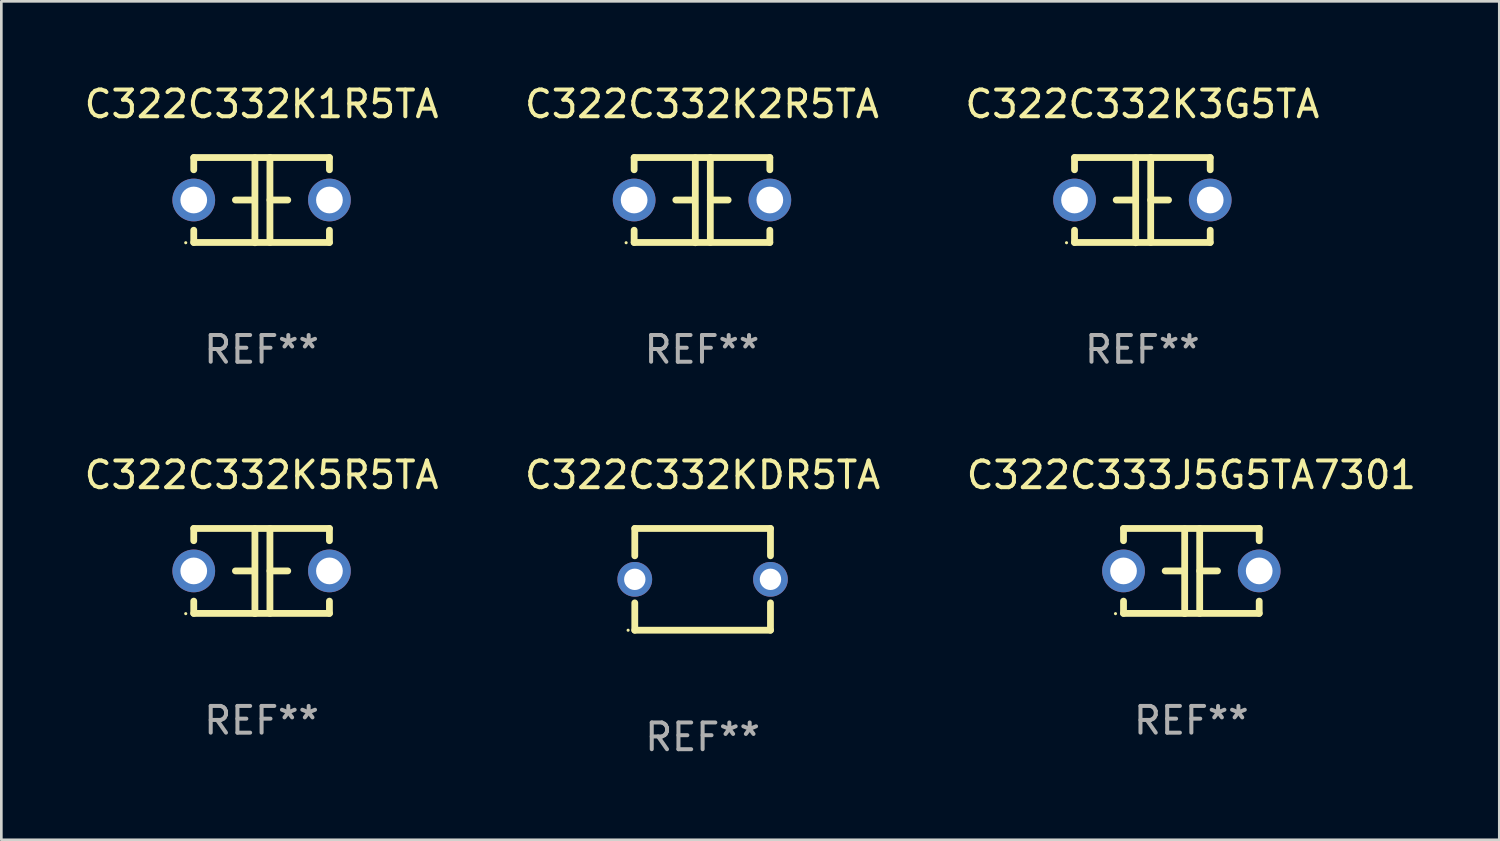
<source format=kicad_pcb>
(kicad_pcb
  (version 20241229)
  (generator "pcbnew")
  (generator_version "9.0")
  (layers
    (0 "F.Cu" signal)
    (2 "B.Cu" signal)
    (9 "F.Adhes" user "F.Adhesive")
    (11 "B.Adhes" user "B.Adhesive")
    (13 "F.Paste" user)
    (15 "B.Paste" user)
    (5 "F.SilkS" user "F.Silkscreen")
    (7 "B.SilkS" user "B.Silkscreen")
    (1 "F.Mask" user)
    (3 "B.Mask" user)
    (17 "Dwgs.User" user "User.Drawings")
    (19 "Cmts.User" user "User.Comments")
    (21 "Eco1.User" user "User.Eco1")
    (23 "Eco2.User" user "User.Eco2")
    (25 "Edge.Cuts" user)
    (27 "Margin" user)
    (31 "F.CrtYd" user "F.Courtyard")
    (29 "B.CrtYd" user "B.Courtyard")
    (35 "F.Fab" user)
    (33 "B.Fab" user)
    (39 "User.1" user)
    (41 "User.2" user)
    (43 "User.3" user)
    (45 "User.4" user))
  (footprint "C322C332K2R5TA"
    (layer "F.Cu")
    (at 23.232 4.443)
    (property "Reference" "C322C332K2R5TA" (at 0 -3.595 0) (layer "F.SilkS") (effects (font (size 1 1) (thickness 0.15))))
    (attr through_hole)
    (fp_line (start -2.54 -1.595) (end -2.54 -1.136) (stroke (width 0.254) (type solid)) (layer "F.SilkS"))
    (fp_line (start -2.54 -1.595) (end 2.54 -1.595) (stroke (width 0.254) (type solid)) (layer "F.SilkS"))
    (fp_line (start -2.54 1.126) (end -2.54 1.585) (stroke (width 0.254) (type solid)) (layer "F.SilkS"))
    (fp_line (start -0.312 -0.005) (end -0.98 -0.005) (stroke (width 0.254) (type solid)) (layer "F.SilkS"))
    (fp_line (start -0.25 -1.585) (end -0.25 1.595) (stroke (width 0.254) (type solid)) (layer "F.SilkS"))
    (fp_line (start 0.312 -1.595) (end 0.312 1.585) (stroke (width 0.254) (type solid)) (layer "F.SilkS"))
    (fp_line (start 0.312 -0.005) (end 0.98 -0.005) (stroke (width 0.254) (type solid)) (layer "F.SilkS"))
    (fp_line (start 2.54 -1.595) (end 2.54 -1.136) (stroke (width 0.254) (type solid)) (layer "F.SilkS"))
    (fp_line (start 2.54 1.126) (end 2.54 1.585) (stroke (width 0.254) (type solid)) (layer "F.SilkS"))
    (fp_line (start 2.54 1.585) (end -2.54 1.585) (stroke (width 0.254) (type solid)) (layer "F.SilkS"))
    (fp_circle (center -2.84 1.595) (end -2.81 1.595) (stroke (width 0.06) (type solid)) (fill no) (layer "F.SilkS"))
    (fp_text user "REF**" (at 0 5.595 0) (layer "F.Fab") (effects (font (size 1 1) (thickness 0.15))))
    (pad "1" thru_hole circle (at -2.54 -0.005) (size 1.6 1.6) (drill 1) (layers "*.Cu" "*.Mask"))
    (pad "2" thru_hole circle (at 2.54 -0.005) (size 1.6 1.6) (drill 1) (layers "*.Cu" "*.Mask")))
  (footprint "C322C332KDR5TA"
    (layer "F.Cu")
    (at 23.256 18.64)
    (property "Reference" "C322C332KDR5TA" (at 0 -3.905 0) (layer "F.SilkS") (effects (font (size 1 1) (thickness 0.15))))
    (attr through_hole)
    (fp_line (start -2.54 -1.905) (end -2.54 -0.881) (stroke (width 0.254) (type solid)) (layer "F.SilkS"))
    (fp_line (start -2.54 0.881) (end -2.54 1.905) (stroke (width 0.254) (type solid)) (layer "F.SilkS"))
    (fp_line (start -2.54 1.905) (end 2.54 1.905) (stroke (width 0.254) (type solid)) (layer "F.SilkS"))
    (fp_line (start 2.54 -1.905) (end -2.54 -1.905) (stroke (width 0.254) (type solid)) (layer "F.SilkS"))
    (fp_line (start 2.54 -0.881) (end 2.54 -1.905) (stroke (width 0.254) (type solid)) (layer "F.SilkS"))
    (fp_line (start 2.54 1.905) (end 2.54 0.881) (stroke (width 0.254) (type solid)) (layer "F.SilkS"))
    (fp_circle (center -2.79 1.905) (end -2.76 1.905) (stroke (width 0.06) (type solid)) (fill no) (layer "F.SilkS"))
    (fp_text user "REF**" (at 0 5.905 0) (layer "F.Fab") (effects (font (size 1 1) (thickness 0.15))))
    (pad "1" thru_hole circle (at -2.54 0) (size 1.3 1.3) (drill 0.8) (layers "*.Cu" "*.Mask"))
    (pad "2" thru_hole circle (at 2.54 0) (size 1.3 1.3) (drill 0.8) (layers "*.Cu" "*.Mask")))
  (footprint "C322C333J5G5TA7301"
    (layer "F.Cu")
    (at 41.554 18.33)
    (property "Reference" "C322C333J5G5TA7301" (at 0 -3.595 0) (layer "F.SilkS") (effects (font (size 1 1) (thickness 0.15))))
    (attr through_hole)
    (fp_line (start -2.54 -1.595) (end -2.54 -1.136) (stroke (width 0.254) (type solid)) (layer "F.SilkS"))
    (fp_line (start -2.54 -1.595) (end 2.54 -1.595) (stroke (width 0.254) (type solid)) (layer "F.SilkS"))
    (fp_line (start -2.54 1.126) (end -2.54 1.585) (stroke (width 0.254) (type solid)) (layer "F.SilkS"))
    (fp_line (start -0.312 -0.005) (end -0.98 -0.005) (stroke (width 0.254) (type solid)) (layer "F.SilkS"))
    (fp_line (start -0.25 -1.585) (end -0.25 1.595) (stroke (width 0.254) (type solid)) (layer "F.SilkS"))
    (fp_line (start 0.312 -1.595) (end 0.312 1.585) (stroke (width 0.254) (type solid)) (layer "F.SilkS"))
    (fp_line (start 0.312 -0.005) (end 0.98 -0.005) (stroke (width 0.254) (type solid)) (layer "F.SilkS"))
    (fp_line (start 2.54 -1.595) (end 2.54 -1.136) (stroke (width 0.254) (type solid)) (layer "F.SilkS"))
    (fp_line (start 2.54 1.126) (end 2.54 1.585) (stroke (width 0.254) (type solid)) (layer "F.SilkS"))
    (fp_line (start 2.54 1.585) (end -2.54 1.585) (stroke (width 0.254) (type solid)) (layer "F.SilkS"))
    (fp_circle (center -2.84 1.595) (end -2.81 1.595) (stroke (width 0.06) (type solid)) (fill no) (layer "F.SilkS"))
    (fp_text user "REF**" (at 0 5.595 0) (layer "F.Fab") (effects (font (size 1 1) (thickness 0.15))))
    (pad "1" thru_hole circle (at -2.54 -0.005) (size 1.6 1.6) (drill 1) (layers "*.Cu" "*.Mask"))
    (pad "2" thru_hole circle (at 2.54 -0.005) (size 1.6 1.6) (drill 1) (layers "*.Cu" "*.Mask")))
  (footprint "C322C332K3G5TA"
    (layer "F.Cu")
    (at 39.72 4.443)
    (property "Reference" "C322C332K3G5TA" (at 0 -3.595 0) (layer "F.SilkS") (effects (font (size 1 1) (thickness 0.15))))
    (attr through_hole)
    (fp_line (start -2.54 -1.595) (end -2.54 -1.136) (stroke (width 0.254) (type solid)) (layer "F.SilkS"))
    (fp_line (start -2.54 -1.595) (end 2.54 -1.595) (stroke (width 0.254) (type solid)) (layer "F.SilkS"))
    (fp_line (start -2.54 1.126) (end -2.54 1.585) (stroke (width 0.254) (type solid)) (layer "F.SilkS"))
    (fp_line (start -0.312 -0.005) (end -0.98 -0.005) (stroke (width 0.254) (type solid)) (layer "F.SilkS"))
    (fp_line (start -0.25 -1.585) (end -0.25 1.595) (stroke (width 0.254) (type solid)) (layer "F.SilkS"))
    (fp_line (start 0.312 -1.595) (end 0.312 1.585) (stroke (width 0.254) (type solid)) (layer "F.SilkS"))
    (fp_line (start 0.312 -0.005) (end 0.98 -0.005) (stroke (width 0.254) (type solid)) (layer "F.SilkS"))
    (fp_line (start 2.54 -1.595) (end 2.54 -1.136) (stroke (width 0.254) (type solid)) (layer "F.SilkS"))
    (fp_line (start 2.54 1.126) (end 2.54 1.585) (stroke (width 0.254) (type solid)) (layer "F.SilkS"))
    (fp_line (start 2.54 1.585) (end -2.54 1.585) (stroke (width 0.254) (type solid)) (layer "F.SilkS"))
    (fp_circle (center -2.84 1.595) (end -2.81 1.595) (stroke (width 0.06) (type solid)) (fill no) (layer "F.SilkS"))
    (fp_text user "REF**" (at 0 5.595 0) (layer "F.Fab") (effects (font (size 1 1) (thickness 0.15))))
    (pad "1" thru_hole circle (at -2.54 -0.005) (size 1.6 1.6) (drill 1) (layers "*.Cu" "*.Mask"))
    (pad "2" thru_hole circle (at 2.54 -0.005) (size 1.6 1.6) (drill 1) (layers "*.Cu" "*.Mask")))
  (footprint "C322C332K1R5TA"
    (layer "F.Cu")
    (at 6.744 4.443)
    (property "Reference" "C322C332K1R5TA" (at 0 -3.595 0) (layer "F.SilkS") (effects (font (size 1 1) (thickness 0.15))))
    (attr through_hole)
    (fp_line (start -2.54 -1.595) (end -2.54 -1.136) (stroke (width 0.254) (type solid)) (layer "F.SilkS"))
    (fp_line (start -2.54 -1.595) (end 2.54 -1.595) (stroke (width 0.254) (type solid)) (layer "F.SilkS"))
    (fp_line (start -2.54 1.126) (end -2.54 1.585) (stroke (width 0.254) (type solid)) (layer "F.SilkS"))
    (fp_line (start -0.312 -0.005) (end -0.98 -0.005) (stroke (width 0.254) (type solid)) (layer "F.SilkS"))
    (fp_line (start -0.25 -1.585) (end -0.25 1.595) (stroke (width 0.254) (type solid)) (layer "F.SilkS"))
    (fp_line (start 0.312 -1.595) (end 0.312 1.585) (stroke (width 0.254) (type solid)) (layer "F.SilkS"))
    (fp_line (start 0.312 -0.005) (end 0.98 -0.005) (stroke (width 0.254) (type solid)) (layer "F.SilkS"))
    (fp_line (start 2.54 -1.595) (end 2.54 -1.136) (stroke (width 0.254) (type solid)) (layer "F.SilkS"))
    (fp_line (start 2.54 1.126) (end 2.54 1.585) (stroke (width 0.254) (type solid)) (layer "F.SilkS"))
    (fp_line (start 2.54 1.585) (end -2.54 1.585) (stroke (width 0.254) (type solid)) (layer "F.SilkS"))
    (fp_circle (center -2.84 1.595) (end -2.81 1.595) (stroke (width 0.06) (type solid)) (fill no) (layer "F.SilkS"))
    (fp_text user "REF**" (at 0 5.595 0) (layer "F.Fab") (effects (font (size 1 1) (thickness 0.15))))
    (pad "1" thru_hole circle (at -2.54 -0.005) (size 1.6 1.6) (drill 1) (layers "*.Cu" "*.Mask"))
    (pad "2" thru_hole circle (at 2.54 -0.005) (size 1.6 1.6) (drill 1) (layers "*.Cu" "*.Mask")))
  (footprint "C322C332K5R5TA"
    (layer "F.Cu")
    (at 6.744 18.33)
    (property "Reference" "C322C332K5R5TA" (at 0 -3.595 0) (layer "F.SilkS") (effects (font (size 1 1) (thickness 0.15))))
    (attr through_hole)
    (fp_line (start -2.54 -1.595) (end -2.54 -1.136) (stroke (width 0.254) (type solid)) (layer "F.SilkS"))
    (fp_line (start -2.54 -1.595) (end 2.54 -1.595) (stroke (width 0.254) (type solid)) (layer "F.SilkS"))
    (fp_line (start -2.54 1.126) (end -2.54 1.585) (stroke (width 0.254) (type solid)) (layer "F.SilkS"))
    (fp_line (start -0.312 -0.005) (end -0.98 -0.005) (stroke (width 0.254) (type solid)) (layer "F.SilkS"))
    (fp_line (start -0.25 -1.585) (end -0.25 1.595) (stroke (width 0.254) (type solid)) (layer "F.SilkS"))
    (fp_line (start 0.312 -1.595) (end 0.312 1.585) (stroke (width 0.254) (type solid)) (layer "F.SilkS"))
    (fp_line (start 0.312 -0.005) (end 0.98 -0.005) (stroke (width 0.254) (type solid)) (layer "F.SilkS"))
    (fp_line (start 2.54 -1.595) (end 2.54 -1.136) (stroke (width 0.254) (type solid)) (layer "F.SilkS"))
    (fp_line (start 2.54 1.126) (end 2.54 1.585) (stroke (width 0.254) (type solid)) (layer "F.SilkS"))
    (fp_line (start 2.54 1.585) (end -2.54 1.585) (stroke (width 0.254) (type solid)) (layer "F.SilkS"))
    (fp_circle (center -2.84 1.595) (end -2.81 1.595) (stroke (width 0.06) (type solid)) (fill no) (layer "F.SilkS"))
    (fp_text user "REF**" (at 0 5.595 0) (layer "F.Fab") (effects (font (size 1 1) (thickness 0.15))))
    (pad "1" thru_hole circle (at -2.54 -0.005) (size 1.6 1.6) (drill 1) (layers "*.Cu" "*.Mask"))
    (pad "2" thru_hole circle (at 2.54 -0.005) (size 1.6 1.6) (drill 1) (layers "*.Cu" "*.Mask")))
  (gr_rect
    (start -3 -3)
    (end 53.083 28.393)
    (stroke (width 0.1) (type default))
    (fill no)
    (layer "Edge.Cuts")))
</source>
